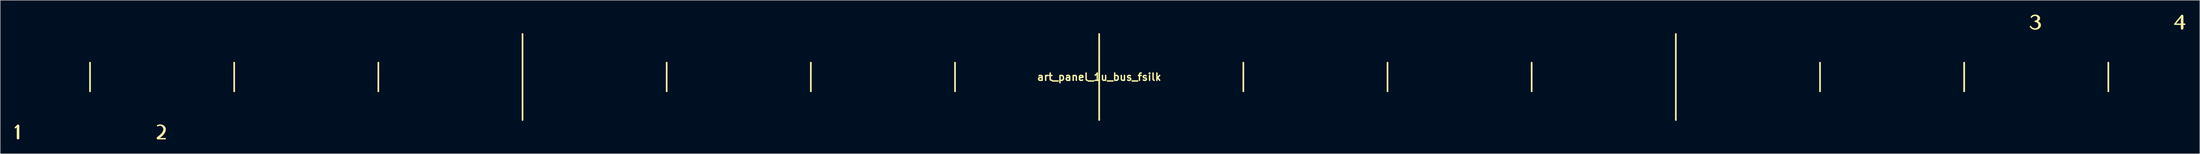
<source format=kicad_pcb>
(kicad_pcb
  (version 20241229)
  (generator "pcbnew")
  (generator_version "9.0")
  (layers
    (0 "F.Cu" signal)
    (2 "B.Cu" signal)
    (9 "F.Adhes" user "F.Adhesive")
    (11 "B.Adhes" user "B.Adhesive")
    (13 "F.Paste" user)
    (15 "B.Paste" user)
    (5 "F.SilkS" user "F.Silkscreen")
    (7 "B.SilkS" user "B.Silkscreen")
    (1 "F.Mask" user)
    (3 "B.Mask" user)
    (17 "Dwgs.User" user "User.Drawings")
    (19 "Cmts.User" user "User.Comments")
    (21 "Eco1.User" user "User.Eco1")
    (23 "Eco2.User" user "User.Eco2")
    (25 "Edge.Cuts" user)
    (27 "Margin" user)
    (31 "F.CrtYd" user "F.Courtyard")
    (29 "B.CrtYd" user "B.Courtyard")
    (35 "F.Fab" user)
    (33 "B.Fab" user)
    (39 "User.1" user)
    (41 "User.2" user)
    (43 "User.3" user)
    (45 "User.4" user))
  (footprint "art_panel_1u_bus_fsilk"
    (layer "F.Cu")
    (at 225.684 13.075)
    (property "Reference" "art_panel_1u_bus_fsilk" (at 0 0 0) (layer "F.SilkS") (effects (font (size 1.524 1.524) (thickness 0.3))))
    (attr through_hole)
    (fp_poly (pts (xy 30.057 -3.166) (xy 30.108 -3.137) (xy 30.146 -3.097) (xy 30.168 -3.068) (xy 30.168 3.068) (xy 30.146 3.097) (xy 30.117 3.126) (xy 30.076 3.151) (xy 30.033 3.169) (xy 29.999 3.175) (xy 29.969 3.17) (xy 29.933 3.159) (xy 29.923 3.155) (xy 29.889 3.134) (xy 29.86 3.106) (xy 29.855 3.1) (xy 29.829 3.064) (xy 29.829 -3.068) (xy 29.851 -3.097) (xy 29.896 -3.142) (xy 29.947 -3.168) (xy 30.002 -3.176) (xy 30.057 -3.166)) (stroke (width 0.01) (type solid)) (fill yes) (layer "F.SilkS"))
    (fp_poly (pts (xy -149.954 -3.169) (xy -149.902 -3.146) (xy -149.861 -3.107) (xy -149.851 -3.09) (xy -149.828 -3.05) (xy -149.831 0.009) (xy -149.834 3.068) (xy -149.855 3.097) (xy -149.9 3.141) (xy -149.952 3.167) (xy -150.009 3.173) (xy -150.067 3.159) (xy -150.082 3.152) (xy -150.123 3.123) (xy -150.152 3.084) (xy -150.154 3.08) (xy -150.178 3.033) (xy -150.175 -0.017) (xy -150.172 -3.068) (xy -150.15 -3.097) (xy -150.111 -3.139) (xy -150.065 -3.163) (xy -150.015 -3.173) (xy -149.954 -3.169)) (stroke (width 0.01) (type solid)) (fill yes) (layer "F.SilkS"))
    (fp_poly (pts (xy 120.053 -9.166) (xy 120.094 -9.15) (xy 120.129 -9.12) (xy 120.147 -9.098) (xy 120.168 -9.068) (xy 120.168 9.065) (xy 120.143 9.1) (xy 120.109 9.134) (xy 120.063 9.16) (xy 120.014 9.174) (xy 119.999 9.176) (xy 119.97 9.171) (xy 119.934 9.159) (xy 119.92 9.152) (xy 119.887 9.131) (xy 119.859 9.107) (xy 119.852 9.098) (xy 119.83 9.068) (xy 119.83 -9.068) (xy 119.852 -9.098) (xy 119.887 -9.137) (xy 119.924 -9.16) (xy 119.97 -9.169) (xy 119.999 -9.17) (xy 120.053 -9.166)) (stroke (width 0.01) (type solid)) (fill yes) (layer "F.SilkS"))
    (fp_poly (pts (xy -209.988 -3.173) (xy -209.932 -3.161) (xy -209.887 -3.135) (xy -209.852 -3.097) (xy -209.83 -3.068) (xy -209.825 3.033) (xy -209.849 3.08) (xy -209.883 3.126) (xy -209.93 3.157) (xy -209.985 3.172) (xy -210.046 3.168) (xy -210.062 3.164) (xy -210.105 3.141) (xy -210.142 3.104) (xy -210.16 3.072) (xy -210.161 3.066) (xy -210.163 3.055) (xy -210.164 3.037) (xy -210.165 3.012) (xy -210.166 2.98) (xy -210.167 2.94) (xy -210.168 2.891) (xy -210.169 2.833) (xy -210.17 2.764) (xy -210.17 2.684) (xy -210.171 2.593) (xy -210.172 2.49) (xy -210.172 2.373) (xy -210.173 2.244) (xy -210.173 2.099) (xy -210.173 1.94) (xy -210.174 1.765) (xy -210.174 1.574) (xy -210.174 1.366) (xy -210.174 1.14) (xy -210.174 0.896) (xy -210.174 0.633) (xy -210.174 0.35) (xy -210.174 0.047) (xy -210.174 -3.05) (xy -210.152 -3.09) (xy -210.116 -3.135) (xy -210.067 -3.163) (xy -210.009 -3.173) (xy -209.988 -3.173)) (stroke (width 0.01) (type solid)) (fill yes) (layer "F.SilkS"))
    (fp_poly (pts (xy 210.012 -3.173) (xy 210.068 -3.161) (xy 210.112 -3.135) (xy 210.147 -3.097) (xy 210.169 -3.068) (xy 210.172 -0.017) (xy 210.175 3.033) (xy 210.151 3.08) (xy 210.116 3.126) (xy 210.07 3.157) (xy 210.014 3.172) (xy 209.954 3.168) (xy 209.938 3.164) (xy 209.894 3.141) (xy 209.858 3.104) (xy 209.84 3.072) (xy 209.838 3.066) (xy 209.837 3.055) (xy 209.836 3.037) (xy 209.834 3.012) (xy 209.833 2.98) (xy 209.832 2.94) (xy 209.831 2.891) (xy 209.831 2.833) (xy 209.83 2.764) (xy 209.829 2.684) (xy 209.828 2.593) (xy 209.828 2.49) (xy 209.827 2.373) (xy 209.827 2.244) (xy 209.827 2.099) (xy 209.826 1.94) (xy 209.826 1.765) (xy 209.826 1.574) (xy 209.826 1.366) (xy 209.825 1.14) (xy 209.825 0.896) (xy 209.825 0.633) (xy 209.825 0.35) (xy 209.825 0.047) (xy 209.825 -0.006) (xy 209.825 -3.05) (xy 209.848 -3.09) (xy 209.884 -3.135) (xy 209.933 -3.163) (xy 209.991 -3.173) (xy 210.012 -3.173)) (stroke (width 0.01) (type solid)) (fill yes) (layer "F.SilkS"))
    (fp_poly (pts (xy 180.05 -3.167) (xy 180.102 -3.145) (xy 180.141 -3.107) (xy 180.151 -3.09) (xy 180.153 -3.086) (xy 180.155 -3.081) (xy 180.156 -3.074) (xy 180.158 -3.064) (xy 180.159 -3.05) (xy 180.161 -3.033) (xy 180.162 -3.011) (xy 180.163 -2.983) (xy 180.164 -2.948) (xy 180.165 -2.907) (xy 180.166 -2.858) (xy 180.167 -2.801) (xy 180.167 -2.734) (xy 180.168 -2.657) (xy 180.168 -2.57) (xy 180.169 -2.471) (xy 180.169 -2.36) (xy 180.17 -2.237) (xy 180.17 -2.099) (xy 180.17 -1.948) (xy 180.17 -1.781) (xy 180.17 -1.599) (xy 180.17 -1.4) (xy 180.171 -1.184) (xy 180.171 -0.95) (xy 180.171 -0.697) (xy 180.171 -0.425) (xy 180.171 -0.133) (xy 180.171 3.055) (xy 180.147 3.09) (xy 180.104 3.137) (xy 180.053 3.165) (xy 179.998 3.173) (xy 179.939 3.162) (xy 179.917 3.152) (xy 179.876 3.123) (xy 179.847 3.084) (xy 179.845 3.08) (xy 179.821 3.033) (xy 179.821 -3.033) (xy 179.845 -3.08) (xy 179.875 -3.126) (xy 179.912 -3.155) (xy 179.96 -3.169) (xy 179.988 -3.172) (xy 180.05 -3.167)) (stroke (width 0.01) (type solid)) (fill yes) (layer "F.SilkS"))
    (fp_poly (pts (xy -119.982 -9.173) (xy -119.928 -9.161) (xy -119.886 -9.134) (xy -119.853 -9.09) (xy -119.848 -9.08) (xy -119.825 -9.034) (xy -119.825 9.034) (xy -119.848 9.081) (xy -119.883 9.127) (xy -119.929 9.158) (xy -119.985 9.173) (xy -120.045 9.169) (xy -120.061 9.165) (xy -120.102 9.143) (xy -120.139 9.108) (xy -120.159 9.078) (xy -120.16 9.074) (xy -120.161 9.066) (xy -120.161 9.053) (xy -120.162 9.034) (xy -120.163 9.009) (xy -120.164 8.978) (xy -120.164 8.941) (xy -120.165 8.897) (xy -120.166 8.845) (xy -120.166 8.785) (xy -120.167 8.718) (xy -120.167 8.642) (xy -120.168 8.556) (xy -120.168 8.462) (xy -120.169 8.358) (xy -120.169 8.243) (xy -120.17 8.118) (xy -120.17 7.982) (xy -120.17 7.835) (xy -120.171 7.676) (xy -120.171 7.505) (xy -120.171 7.321) (xy -120.172 7.125) (xy -120.172 6.915) (xy -120.172 6.691) (xy -120.172 6.453) (xy -120.172 6.201) (xy -120.173 5.934) (xy -120.173 5.652) (xy -120.173 5.353) (xy -120.173 5.039) (xy -120.173 4.708) (xy -120.173 4.361) (xy -120.173 3.996) (xy -120.173 3.613) (xy -120.174 3.212) (xy -120.174 2.793) (xy -120.174 2.355) (xy -120.174 1.898) (xy -120.174 1.421) (xy -120.174 0.924) (xy -120.174 0.406) (xy -120.174 -0.001) (xy -120.174 -9.051) (xy -120.151 -9.092) (xy -120.115 -9.135) (xy -120.067 -9.163) (xy -120.01 -9.174) (xy -119.982 -9.173)) (stroke (width 0.01) (type solid)) (fill yes) (layer "F.SilkS"))
    (fp_poly (pts (xy -224.923 9.963) (xy -224.893 9.973) (xy -224.855 9.992) (xy -224.854 9.992) (xy -224.81 10.018) (xy -224.78 10.044) (xy -224.755 10.078) (xy -224.753 10.08) (xy -224.721 10.132) (xy -224.721 12.897) (xy -224.753 12.949) (xy -224.798 13.005) (xy -224.854 13.043) (xy -224.922 13.063) (xy -224.956 13.066) (xy -224.998 13.067) (xy -225.034 13.065) (xy -225.055 13.061) (xy -225.124 13.029) (xy -225.178 12.982) (xy -225.219 12.92) (xy -225.223 12.912) (xy -225.226 12.904) (xy -225.229 12.895) (xy -225.232 12.885) (xy -225.234 12.872) (xy -225.236 12.854) (xy -225.238 12.831) (xy -225.24 12.801) (xy -225.241 12.763) (xy -225.242 12.716) (xy -225.243 12.659) (xy -225.243 12.59) (xy -225.244 12.509) (xy -225.244 12.413) (xy -225.244 12.302) (xy -225.245 12.175) (xy -225.245 12.03) (xy -225.245 11.866) (xy -225.245 11.701) (xy -225.245 10.537) (xy -225.354 10.644) (xy -225.406 10.694) (xy -225.448 10.729) (xy -225.483 10.751) (xy -225.515 10.762) (xy -225.546 10.762) (xy -225.58 10.755) (xy -225.588 10.752) (xy -225.63 10.727) (xy -225.661 10.688) (xy -225.678 10.641) (xy -225.679 10.59) (xy -225.664 10.543) (xy -225.652 10.527) (xy -225.626 10.498) (xy -225.59 10.46) (xy -225.544 10.413) (xy -225.493 10.36) (xy -225.436 10.304) (xy -225.378 10.246) (xy -225.32 10.189) (xy -225.264 10.135) (xy -225.212 10.086) (xy -225.167 10.045) (xy -225.131 10.012) (xy -225.106 9.991) (xy -225.097 9.985) (xy -225.066 9.974) (xy -225.025 9.965) (xy -224.991 9.962) (xy -224.952 9.96) (xy -224.923 9.963)) (stroke (width 0.01) (type solid)) (fill yes) (layer "F.SilkS"))
    (fp_poly (pts (xy -59.953 -3.169) (xy -59.902 -3.147) (xy -59.863 -3.109) (xy -59.849 -3.085) (xy -59.847 -3.081) (xy -59.845 -3.075) (xy -59.843 -3.069) (xy -59.841 -3.061) (xy -59.84 -3.049) (xy -59.838 -3.035) (xy -59.837 -3.016) (xy -59.836 -2.992) (xy -59.835 -2.962) (xy -59.834 -2.926) (xy -59.833 -2.883) (xy -59.832 -2.832) (xy -59.831 -2.772) (xy -59.831 -2.703) (xy -59.83 -2.624) (xy -59.83 -2.534) (xy -59.829 -2.432) (xy -59.829 -2.318) (xy -59.829 -2.191) (xy -59.828 -2.051) (xy -59.828 -1.896) (xy -59.828 -1.725) (xy -59.828 -1.539) (xy -59.828 -1.336) (xy -59.828 -1.116) (xy -59.828 -0.877) (xy -59.828 -0.62) (xy -59.828 -0.343) (xy -59.828 -0.046) (xy -59.828 -0.002) (xy -59.828 0.304) (xy -59.828 0.589) (xy -59.828 0.855) (xy -59.828 1.101) (xy -59.828 1.329) (xy -59.828 1.54) (xy -59.828 1.733) (xy -59.829 1.91) (xy -59.829 2.071) (xy -59.829 2.217) (xy -59.83 2.349) (xy -59.83 2.467) (xy -59.831 2.572) (xy -59.831 2.665) (xy -59.832 2.746) (xy -59.833 2.817) (xy -59.834 2.877) (xy -59.834 2.928) (xy -59.835 2.97) (xy -59.837 3.004) (xy -59.838 3.03) (xy -59.839 3.05) (xy -59.84 3.063) (xy -59.842 3.071) (xy -59.842 3.073) (xy -59.872 3.118) (xy -59.914 3.15) (xy -59.966 3.168) (xy -60.021 3.17) (xy -60.075 3.155) (xy -60.082 3.152) (xy -60.123 3.123) (xy -60.151 3.084) (xy -60.153 3.08) (xy -60.177 3.033) (xy -60.172 -3.068) (xy -60.15 -3.097) (xy -60.11 -3.139) (xy -60.064 -3.163) (xy -60.014 -3.173) (xy -59.953 -3.169)) (stroke (width 0.01) (type solid)) (fill yes) (layer "F.SilkS"))
    (fp_poly (pts (xy -179.952 -3.168) (xy -179.903 -3.147) (xy -179.862 -3.112) (xy -179.845 -3.087) (xy -179.843 -3.083) (xy -179.842 -3.077) (xy -179.84 -3.068) (xy -179.839 -3.056) (xy -179.837 -3.04) (xy -179.836 -3.02) (xy -179.835 -2.993) (xy -179.834 -2.961) (xy -179.833 -2.922) (xy -179.832 -2.875) (xy -179.831 -2.819) (xy -179.83 -2.755) (xy -179.83 -2.68) (xy -179.829 -2.596) (xy -179.829 -2.499) (xy -179.828 -2.391) (xy -179.828 -2.27) (xy -179.828 -2.136) (xy -179.827 -1.987) (xy -179.827 -1.824) (xy -179.827 -1.645) (xy -179.827 -1.449) (xy -179.827 -1.237) (xy -179.827 -1.006) (xy -179.827 -0.758) (xy -179.827 -0.489) (xy -179.827 -0.201) (xy -179.827 -0.005) (xy -179.827 3.043) (xy -179.849 3.085) (xy -179.88 3.124) (xy -179.925 3.155) (xy -179.975 3.172) (xy -180.001 3.175) (xy -180.035 3.17) (xy -180.073 3.157) (xy -180.086 3.151) (xy -180.123 3.125) (xy -180.149 3.093) (xy -180.151 3.09) (xy -180.153 3.086) (xy -180.155 3.081) (xy -180.156 3.074) (xy -180.158 3.064) (xy -180.159 3.05) (xy -180.161 3.033) (xy -180.162 3.011) (xy -180.163 2.983) (xy -180.164 2.949) (xy -180.165 2.908) (xy -180.166 2.859) (xy -180.167 2.801) (xy -180.167 2.735) (xy -180.168 2.658) (xy -180.168 2.571) (xy -180.169 2.473) (xy -180.169 2.362) (xy -180.17 2.238) (xy -180.17 2.101) (xy -180.17 1.95) (xy -180.17 1.784) (xy -180.17 1.602) (xy -180.17 1.403) (xy -180.171 1.187) (xy -180.171 0.954) (xy -180.171 0.701) (xy -180.171 0.429) (xy -180.171 0.138) (xy -180.171 -3.066) (xy -180.147 -3.101) (xy -180.108 -3.141) (xy -180.06 -3.165) (xy -180.006 -3.174) (xy -179.952 -3.168)) (stroke (width 0.01) (type solid)) (fill yes) (layer "F.SilkS"))
    (fp_poly (pts (xy -89.95 -3.168) (xy -89.899 -3.146) (xy -89.859 -3.106) (xy -89.855 -3.101) (xy -89.831 -3.066) (xy -89.831 -0.006) (xy -89.831 0.295) (xy -89.831 0.576) (xy -89.831 0.838) (xy -89.831 1.08) (xy -89.831 1.304) (xy -89.832 1.511) (xy -89.832 1.7) (xy -89.832 1.874) (xy -89.832 2.032) (xy -89.832 2.176) (xy -89.833 2.306) (xy -89.833 2.422) (xy -89.833 2.526) (xy -89.834 2.619) (xy -89.834 2.7) (xy -89.835 2.771) (xy -89.836 2.833) (xy -89.837 2.886) (xy -89.837 2.93) (xy -89.838 2.968) (xy -89.839 2.998) (xy -89.841 3.023) (xy -89.842 3.043) (xy -89.843 3.058) (xy -89.845 3.069) (xy -89.846 3.078) (xy -89.848 3.084) (xy -89.85 3.088) (xy -89.851 3.09) (xy -89.879 3.125) (xy -89.921 3.153) (xy -89.968 3.171) (xy -90 3.175) (xy -90.033 3.17) (xy -90.071 3.158) (xy -90.082 3.153) (xy -90.119 3.128) (xy -90.148 3.097) (xy -90.151 3.092) (xy -90.175 3.053) (xy -90.175 0) (xy -90.175 -0.302) (xy -90.175 -0.583) (xy -90.175 -0.844) (xy -90.175 -1.087) (xy -90.175 -1.311) (xy -90.175 -1.517) (xy -90.175 -1.707) (xy -90.175 -1.881) (xy -90.174 -2.039) (xy -90.174 -2.183) (xy -90.174 -2.312) (xy -90.173 -2.429) (xy -90.173 -2.533) (xy -90.173 -2.625) (xy -90.172 -2.707) (xy -90.171 -2.777) (xy -90.171 -2.839) (xy -90.17 -2.891) (xy -90.169 -2.936) (xy -90.168 -2.973) (xy -90.167 -3.003) (xy -90.166 -3.027) (xy -90.164 -3.046) (xy -90.163 -3.061) (xy -90.161 -3.071) (xy -90.16 -3.079) (xy -90.158 -3.084) (xy -90.157 -3.087) (xy -90.121 -3.132) (xy -90.072 -3.16) (xy -90.012 -3.172) (xy -89.95 -3.168)) (stroke (width 0.01) (type solid)) (fill yes) (layer "F.SilkS"))
    (fp_poly (pts (xy -29.99 -3.172) (xy -29.935 -3.163) (xy -29.894 -3.141) (xy -29.861 -3.103) (xy -29.848 -3.08) (xy -29.824 -3.033) (xy -29.824 3.033) (xy -29.848 3.08) (xy -29.882 3.126) (xy -29.929 3.157) (xy -29.984 3.172) (xy -30.044 3.168) (xy -30.061 3.164) (xy -30.091 3.15) (xy -30.117 3.131) (xy -30.123 3.126) (xy -30.128 3.122) (xy -30.133 3.119) (xy -30.137 3.115) (xy -30.141 3.11) (xy -30.145 3.104) (xy -30.148 3.094) (xy -30.152 3.081) (xy -30.154 3.064) (xy -30.157 3.043) (xy -30.159 3.015) (xy -30.162 2.982) (xy -30.163 2.942) (xy -30.165 2.894) (xy -30.167 2.837) (xy -30.168 2.772) (xy -30.169 2.696) (xy -30.17 2.61) (xy -30.171 2.513) (xy -30.171 2.403) (xy -30.172 2.281) (xy -30.172 2.146) (xy -30.173 1.996) (xy -30.173 1.831) (xy -30.173 1.651) (xy -30.173 1.455) (xy -30.173 1.241) (xy -30.173 1.009) (xy -30.173 0.759) (xy -30.173 0.49) (xy -30.173 0.201) (xy -30.173 -0.002) (xy -30.173 -0.303) (xy -30.173 -0.584) (xy -30.173 -0.845) (xy -30.173 -1.087) (xy -30.173 -1.31) (xy -30.173 -1.516) (xy -30.173 -1.706) (xy -30.173 -1.879) (xy -30.172 -2.037) (xy -30.172 -2.18) (xy -30.172 -2.31) (xy -30.171 -2.426) (xy -30.171 -2.53) (xy -30.171 -2.622) (xy -30.17 -2.703) (xy -30.169 -2.774) (xy -30.169 -2.835) (xy -30.168 -2.887) (xy -30.167 -2.932) (xy -30.166 -2.969) (xy -30.165 -3) (xy -30.164 -3.024) (xy -30.162 -3.044) (xy -30.161 -3.059) (xy -30.16 -3.07) (xy -30.158 -3.078) (xy -30.156 -3.084) (xy -30.154 -3.089) (xy -30.153 -3.09) (xy -30.119 -3.134) (xy -30.072 -3.162) (xy -30.013 -3.172) (xy -29.99 -3.172)) (stroke (width 0.01) (type solid)) (fill yes) (layer "F.SilkS"))
    (fp_poly (pts (xy 90.049 -3.167) (xy 90.101 -3.145) (xy 90.14 -3.107) (xy 90.15 -3.09) (xy 90.152 -3.086) (xy 90.154 -3.081) (xy 90.156 -3.074) (xy 90.157 -3.064) (xy 90.159 -3.05) (xy 90.16 -3.033) (xy 90.161 -3.011) (xy 90.162 -2.983) (xy 90.163 -2.948) (xy 90.164 -2.907) (xy 90.165 -2.858) (xy 90.166 -2.801) (xy 90.167 -2.734) (xy 90.167 -2.657) (xy 90.168 -2.57) (xy 90.168 -2.471) (xy 90.169 -2.36) (xy 90.169 -2.236) (xy 90.169 -2.099) (xy 90.169 -1.947) (xy 90.17 -1.781) (xy 90.17 -1.598) (xy 90.17 -1.399) (xy 90.17 -1.183) (xy 90.17 -0.949) (xy 90.17 -0.696) (xy 90.17 -0.424) (xy 90.17 -0.132) (xy 90.17 -0.002) (xy 90.17 3.05) (xy 90.147 3.092) (xy 90.114 3.13) (xy 90.068 3.159) (xy 90.016 3.174) (xy 90 3.175) (xy 89.967 3.17) (xy 89.93 3.158) (xy 89.916 3.151) (xy 89.878 3.125) (xy 89.849 3.093) (xy 89.847 3.09) (xy 89.845 3.087) (xy 89.843 3.082) (xy 89.842 3.077) (xy 89.84 3.069) (xy 89.838 3.059) (xy 89.837 3.045) (xy 89.835 3.027) (xy 89.834 3.004) (xy 89.833 2.975) (xy 89.832 2.94) (xy 89.831 2.898) (xy 89.83 2.848) (xy 89.83 2.79) (xy 89.829 2.722) (xy 89.828 2.644) (xy 89.828 2.556) (xy 89.827 2.456) (xy 89.827 2.343) (xy 89.826 2.218) (xy 89.826 2.079) (xy 89.826 1.926) (xy 89.825 1.757) (xy 89.825 1.573) (xy 89.825 1.372) (xy 89.824 1.154) (xy 89.824 0.918) (xy 89.824 0.663) (xy 89.824 0.388) (xy 89.823 0.093) (xy 89.823 0.01) (xy 89.821 -3.033) (xy 89.844 -3.079) (xy 89.875 -3.126) (xy 89.911 -3.155) (xy 89.96 -3.169) (xy 89.987 -3.172) (xy 90.049 -3.167)) (stroke (width 0.01) (type solid)) (fill yes) (layer "F.SilkS"))
    (fp_poly (pts (xy 150.015 -3.173) (xy 150.072 -3.161) (xy 150.116 -3.134) (xy 150.151 -3.09) (xy 150.151 -3.089) (xy 150.153 -3.085) (xy 150.155 -3.081) (xy 150.157 -3.075) (xy 150.159 -3.068) (xy 150.16 -3.057) (xy 150.162 -3.043) (xy 150.163 -3.025) (xy 150.164 -3.001) (xy 150.165 -2.972) (xy 150.166 -2.937) (xy 150.167 -2.894) (xy 150.168 -2.844) (xy 150.169 -2.785) (xy 150.169 -2.716) (xy 150.17 -2.638) (xy 150.17 -2.548) (xy 150.171 -2.448) (xy 150.171 -2.334) (xy 150.171 -2.208) (xy 150.172 -2.068) (xy 150.172 -1.914) (xy 150.172 -1.745) (xy 150.172 -1.559) (xy 150.172 -1.357) (xy 150.172 -1.138) (xy 150.172 -0.9) (xy 150.172 -0.644) (xy 150.172 -0.368) (xy 150.172 -0.072) (xy 150.172 3.053) (xy 150.148 3.092) (xy 150.115 3.129) (xy 150.069 3.157) (xy 150.018 3.173) (xy 149.997 3.175) (xy 149.964 3.17) (xy 149.927 3.158) (xy 149.918 3.154) (xy 149.886 3.133) (xy 149.86 3.109) (xy 149.855 3.103) (xy 149.853 3.1) (xy 149.851 3.097) (xy 149.849 3.092) (xy 149.847 3.084) (xy 149.846 3.074) (xy 149.844 3.061) (xy 149.843 3.043) (xy 149.842 3.02) (xy 149.841 2.992) (xy 149.84 2.957) (xy 149.839 2.914) (xy 149.838 2.864) (xy 149.837 2.806) (xy 149.836 2.738) (xy 149.836 2.659) (xy 149.835 2.57) (xy 149.835 2.47) (xy 149.834 2.357) (xy 149.834 2.232) (xy 149.833 2.092) (xy 149.833 1.938) (xy 149.833 1.769) (xy 149.832 1.585) (xy 149.832 1.383) (xy 149.832 1.164) (xy 149.832 0.928) (xy 149.831 0.672) (xy 149.831 0.397) (xy 149.831 0.102) (xy 149.831 0.006) (xy 149.828 -3.063) (xy 149.854 -3.101) (xy 149.893 -3.143) (xy 149.944 -3.167) (xy 150.005 -3.173) (xy 150.015 -3.173)) (stroke (width 0.01) (type solid)) (fill yes) (layer "F.SilkS"))
    (fp_poly (pts (xy 0.076 -9.158) (xy 0.119 -9.131) (xy 0.15 -9.091) (xy 0.151 -9.089) (xy 0.152 -9.085) (xy 0.153 -9.08) (xy 0.154 -9.072) (xy 0.155 -9.063) (xy 0.156 -9.051) (xy 0.157 -9.035) (xy 0.158 -9.016) (xy 0.159 -8.992) (xy 0.159 -8.965) (xy 0.16 -8.932) (xy 0.161 -8.894) (xy 0.161 -8.851) (xy 0.162 -8.801) (xy 0.163 -8.745) (xy 0.163 -8.681) (xy 0.164 -8.611) (xy 0.164 -8.532) (xy 0.165 -8.445) (xy 0.165 -8.35) (xy 0.165 -8.245) (xy 0.166 -8.131) (xy 0.166 -8.008) (xy 0.167 -7.873) (xy 0.167 -7.728) (xy 0.167 -7.572) (xy 0.167 -7.405) (xy 0.168 -7.225) (xy 0.168 -7.033) (xy 0.168 -6.828) (xy 0.168 -6.61) (xy 0.168 -6.378) (xy 0.169 -6.132) (xy 0.169 -5.871) (xy 0.169 -5.596) (xy 0.169 -5.305) (xy 0.169 -4.998) (xy 0.169 -4.676) (xy 0.169 -4.336) (xy 0.169 -3.98) (xy 0.169 -3.606) (xy 0.169 -3.214) (xy 0.169 -2.804) (xy 0.169 -2.376) (xy 0.169 -1.928) (xy 0.169 -1.461) (xy 0.169 -0.973) (xy 0.169 -0.466) (xy 0.169 0.001) (xy 0.169 9.056) (xy 0.146 9.091) (xy 0.108 9.135) (xy 0.065 9.16) (xy 0.016 9.171) (xy -0.027 9.172) (xy -0.064 9.163) (xy -0.082 9.154) (xy -0.116 9.131) (xy -0.145 9.1) (xy -0.151 9.093) (xy -0.175 9.054) (xy -0.175 0) (xy -0.175 -0.527) (xy -0.175 -1.032) (xy -0.175 -1.518) (xy -0.175 -1.983) (xy -0.175 -2.429) (xy -0.175 -2.856) (xy -0.175 -3.265) (xy -0.174 -3.655) (xy -0.174 -4.027) (xy -0.174 -4.382) (xy -0.174 -4.72) (xy -0.174 -5.041) (xy -0.174 -5.346) (xy -0.174 -5.635) (xy -0.174 -5.909) (xy -0.174 -6.169) (xy -0.174 -6.413) (xy -0.173 -6.644) (xy -0.173 -6.861) (xy -0.173 -7.064) (xy -0.173 -7.255) (xy -0.173 -7.434) (xy -0.172 -7.6) (xy -0.172 -7.755) (xy -0.172 -7.899) (xy -0.171 -8.032) (xy -0.171 -8.155) (xy -0.171 -8.267) (xy -0.17 -8.371) (xy -0.17 -8.465) (xy -0.169 -8.551) (xy -0.169 -8.628) (xy -0.168 -8.698) (xy -0.168 -8.76) (xy -0.167 -8.815) (xy -0.166 -8.864) (xy -0.166 -8.906) (xy -0.165 -8.943) (xy -0.164 -8.974) (xy -0.164 -9.001) (xy -0.163 -9.023) (xy -0.162 -9.041) (xy -0.161 -9.056) (xy -0.16 -9.067) (xy -0.159 -9.075) (xy -0.158 -9.081) (xy -0.157 -9.085) (xy -0.156 -9.088) (xy -0.123 -9.129) (xy -0.078 -9.157) (xy -0.027 -9.171) (xy 0.025 -9.172) (xy 0.076 -9.158)) (stroke (width 0.01) (type solid)) (fill yes) (layer "F.SilkS"))
    (fp_poly (pts (xy -195.172 9.947) (xy -195.016 9.983) (xy -194.866 10.038) (xy -194.852 10.044) (xy -194.745 10.101) (xy -194.64 10.173) (xy -194.541 10.255) (xy -194.455 10.344) (xy -194.394 10.421) (xy -194.324 10.541) (xy -194.273 10.668) (xy -194.241 10.801) (xy -194.228 10.94) (xy -194.234 11.084) (xy -194.258 11.232) (xy -194.3 11.383) (xy -194.36 11.537) (xy -194.439 11.691) (xy -194.534 11.847) (xy -194.647 12.002) (xy -194.778 12.157) (xy -194.887 12.272) (xy -194.985 12.368) (xy -195.088 12.464) (xy -195.19 12.555) (xy -195.287 12.638) (xy -195.371 12.706) (xy -195.453 12.769) (xy -194.879 12.774) (xy -194.751 12.775) (xy -194.643 12.776) (xy -194.552 12.778) (xy -194.478 12.779) (xy -194.418 12.781) (xy -194.37 12.783) (xy -194.333 12.786) (xy -194.305 12.791) (xy -194.284 12.796) (xy -194.269 12.802) (xy -194.258 12.81) (xy -194.249 12.819) (xy -194.24 12.83) (xy -194.237 12.834) (xy -194.222 12.866) (xy -194.215 12.91) (xy -194.216 12.957) (xy -194.226 12.998) (xy -194.23 13.006) (xy -194.236 13.018) (xy -194.242 13.028) (xy -194.249 13.037) (xy -194.259 13.044) (xy -194.274 13.05) (xy -194.293 13.055) (xy -194.32 13.06) (xy -194.356 13.063) (xy -194.401 13.065) (xy -194.457 13.067) (xy -194.526 13.069) (xy -194.609 13.069) (xy -194.707 13.07) (xy -194.823 13.07) (xy -194.956 13.07) (xy -195.109 13.069) (xy -195.121 13.069) (xy -195.286 13.069) (xy -195.434 13.068) (xy -195.566 13.067) (xy -195.68 13.066) (xy -195.776 13.065) (xy -195.853 13.063) (xy -195.911 13.061) (xy -195.948 13.059) (xy -195.965 13.057) (xy -196.006 13.038) (xy -196.049 13.003) (xy -196.087 12.958) (xy -196.111 12.92) (xy -196.13 12.863) (xy -196.135 12.798) (xy -196.127 12.734) (xy -196.111 12.688) (xy -196.099 12.667) (xy -196.082 12.646) (xy -196.057 12.621) (xy -196.022 12.59) (xy -195.974 12.551) (xy -195.934 12.52) (xy -195.75 12.374) (xy -195.584 12.236) (xy -195.436 12.105) (xy -195.304 11.979) (xy -195.189 11.859) (xy -195.089 11.742) (xy -195.003 11.629) (xy -194.931 11.518) (xy -194.872 11.408) (xy -194.824 11.298) (xy -194.788 11.187) (xy -194.77 11.112) (xy -194.756 10.992) (xy -194.761 10.871) (xy -194.786 10.752) (xy -194.829 10.638) (xy -194.89 10.529) (xy -194.968 10.43) (xy -195.012 10.385) (xy -195.08 10.327) (xy -195.142 10.285) (xy -195.206 10.255) (xy -195.219 10.25) (xy -195.317 10.226) (xy -195.424 10.218) (xy -195.538 10.226) (xy -195.654 10.25) (xy -195.769 10.288) (xy -195.829 10.315) (xy -195.881 10.337) (xy -195.921 10.348) (xy -195.957 10.348) (xy -195.994 10.337) (xy -195.998 10.335) (xy -196.038 10.308) (xy -196.065 10.265) (xy -196.077 10.21) (xy -196.077 10.196) (xy -196.074 10.155) (xy -196.06 10.122) (xy -196.034 10.094) (xy -195.993 10.067) (xy -195.946 10.043) (xy -195.801 9.987) (xy -195.648 9.949) (xy -195.491 9.93) (xy -195.331 9.929) (xy -195.172 9.947)) (stroke (width 0.01) (type solid)) (fill yes) (layer "F.SilkS"))
    (fp_poly (pts (xy 60.01 -3.172) (xy 60.067 -3.162) (xy 60.11 -3.139) (xy 60.144 -3.099) (xy 60.15 -3.089) (xy 60.152 -3.085) (xy 60.154 -3.081) (xy 60.156 -3.075) (xy 60.158 -3.068) (xy 60.159 -3.057) (xy 60.161 -3.043) (xy 60.162 -3.025) (xy 60.163 -3.001) (xy 60.164 -2.972) (xy 60.165 -2.937) (xy 60.166 -2.894) (xy 60.167 -2.844) (xy 60.168 -2.785) (xy 60.168 -2.716) (xy 60.169 -2.638) (xy 60.17 -2.548) (xy 60.17 -2.448) (xy 60.17 -2.334) (xy 60.171 -2.208) (xy 60.171 -2.068) (xy 60.171 -1.914) (xy 60.171 -1.745) (xy 60.171 -1.559) (xy 60.171 -1.357) (xy 60.171 -1.138) (xy 60.172 -0.9) (xy 60.172 -0.644) (xy 60.172 -0.368) (xy 60.172 -0.072) (xy 60.172 0) (xy 60.172 0.301) (xy 60.172 0.581) (xy 60.172 0.842) (xy 60.171 1.084) (xy 60.171 1.307) (xy 60.171 1.513) (xy 60.171 1.703) (xy 60.171 1.876) (xy 60.171 2.033) (xy 60.171 2.177) (xy 60.17 2.306) (xy 60.17 2.422) (xy 60.17 2.526) (xy 60.169 2.618) (xy 60.169 2.699) (xy 60.168 2.77) (xy 60.167 2.831) (xy 60.167 2.883) (xy 60.166 2.928) (xy 60.165 2.965) (xy 60.164 2.995) (xy 60.162 3.02) (xy 60.161 3.039) (xy 60.16 3.055) (xy 60.158 3.066) (xy 60.157 3.074) (xy 60.155 3.08) (xy 60.153 3.085) (xy 60.151 3.089) (xy 60.15 3.09) (xy 60.115 3.131) (xy 60.067 3.158) (xy 60.012 3.171) (xy 59.954 3.168) (xy 59.94 3.164) (xy 59.91 3.15) (xy 59.883 3.131) (xy 59.878 3.126) (xy 59.873 3.122) (xy 59.868 3.119) (xy 59.864 3.115) (xy 59.86 3.11) (xy 59.856 3.104) (xy 59.852 3.094) (xy 59.849 3.081) (xy 59.846 3.064) (xy 59.844 3.043) (xy 59.841 3.015) (xy 59.839 2.982) (xy 59.837 2.942) (xy 59.836 2.894) (xy 59.834 2.837) (xy 59.833 2.772) (xy 59.832 2.696) (xy 59.831 2.61) (xy 59.83 2.513) (xy 59.829 2.403) (xy 59.829 2.281) (xy 59.828 2.146) (xy 59.828 1.996) (xy 59.828 1.831) (xy 59.828 1.651) (xy 59.828 1.455) (xy 59.828 1.241) (xy 59.828 1.009) (xy 59.828 0.759) (xy 59.828 0.49) (xy 59.828 0.201) (xy 59.828 -0.002) (xy 59.828 -0.303) (xy 59.828 -0.584) (xy 59.828 -0.845) (xy 59.828 -1.087) (xy 59.828 -1.31) (xy 59.828 -1.516) (xy 59.828 -1.706) (xy 59.828 -1.879) (xy 59.828 -2.037) (xy 59.829 -2.18) (xy 59.829 -2.31) (xy 59.829 -2.426) (xy 59.83 -2.53) (xy 59.83 -2.622) (xy 59.831 -2.703) (xy 59.831 -2.774) (xy 59.832 -2.835) (xy 59.833 -2.887) (xy 59.834 -2.932) (xy 59.835 -2.969) (xy 59.836 -3) (xy 59.837 -3.024) (xy 59.838 -3.044) (xy 59.84 -3.059) (xy 59.841 -3.07) (xy 59.843 -3.078) (xy 59.844 -3.084) (xy 59.846 -3.089) (xy 59.847 -3.09) (xy 59.882 -3.134) (xy 59.929 -3.162) (xy 59.988 -3.172) (xy 60.01 -3.172)) (stroke (width 0.01) (type solid)) (fill yes) (layer "F.SilkS"))
    (fp_poly (pts (xy 225.435 -13.029) (xy 225.499 -13) (xy 225.552 -12.953) (xy 225.595 -12.889) (xy 225.602 -12.874) (xy 225.605 -12.865) (xy 225.608 -12.854) (xy 225.611 -12.839) (xy 225.613 -12.819) (xy 225.615 -12.793) (xy 225.617 -12.759) (xy 225.618 -12.715) (xy 225.62 -12.66) (xy 225.62 -12.593) (xy 225.621 -12.511) (xy 225.622 -12.415) (xy 225.623 -12.302) (xy 225.623 -12.171) (xy 225.624 -12.02) (xy 225.624 -12.015) (xy 225.627 -11.197) (xy 225.812 -11.197) (xy 225.878 -11.197) (xy 225.927 -11.196) (xy 225.96 -11.195) (xy 225.98 -11.193) (xy 225.991 -11.189) (xy 225.996 -11.183) (xy 225.996 -11.178) (xy 226.001 -11.155) (xy 226.012 -11.126) (xy 226.014 -11.124) (xy 226.022 -11.1) (xy 226.026 -11.072) (xy 226.025 -11.032) (xy 226.023 -11.009) (xy 226.018 -10.969) (xy 226.011 -10.938) (xy 226.005 -10.921) (xy 226.003 -10.92) (xy 225.989 -10.917) (xy 225.958 -10.915) (xy 225.912 -10.913) (xy 225.857 -10.912) (xy 225.809 -10.912) (xy 225.627 -10.911) (xy 225.624 -10.522) (xy 225.623 -10.421) (xy 225.622 -10.338) (xy 225.621 -10.272) (xy 225.62 -10.221) (xy 225.618 -10.181) (xy 225.616 -10.151) (xy 225.613 -10.129) (xy 225.609 -10.112) (xy 225.604 -10.098) (xy 225.599 -10.086) (xy 225.562 -10.029) (xy 225.51 -9.982) (xy 225.45 -9.949) (xy 225.434 -9.944) (xy 225.377 -9.931) (xy 225.327 -9.93) (xy 225.274 -9.941) (xy 225.269 -9.943) (xy 225.203 -9.974) (xy 225.149 -10.023) (xy 225.121 -10.062) (xy 225.092 -10.112) (xy 225.089 -10.512) (xy 225.085 -10.911) (xy 224.422 -10.914) (xy 224.284 -10.914) (xy 224.166 -10.915) (xy 224.066 -10.916) (xy 223.982 -10.916) (xy 223.913 -10.918) (xy 223.857 -10.92) (xy 223.813 -10.922) (xy 223.779 -10.925) (xy 223.753 -10.93) (xy 223.734 -10.935) (xy 223.72 -10.942) (xy 223.71 -10.95) (xy 223.702 -10.96) (xy 223.695 -10.972) (xy 223.688 -10.982) (xy 223.674 -11.018) (xy 223.669 -11.061) (xy 223.674 -11.1) (xy 223.679 -11.113) (xy 223.688 -11.126) (xy 223.709 -11.154) (xy 223.742 -11.196) (xy 223.749 -11.204) (xy 224.134 -11.204) (xy 224.144 -11.203) (xy 224.173 -11.201) (xy 224.22 -11.2) (xy 224.281 -11.199) (xy 224.354 -11.198) (xy 224.439 -11.198) (xy 224.532 -11.197) (xy 224.61 -11.197) (xy 225.086 -11.197) (xy 225.086 -12.395) (xy 224.635 -11.836) (xy 224.542 -11.72) (xy 224.461 -11.619) (xy 224.391 -11.533) (xy 224.332 -11.46) (xy 224.283 -11.399) (xy 224.243 -11.349) (xy 224.21 -11.308) (xy 224.185 -11.276) (xy 224.166 -11.252) (xy 224.153 -11.234) (xy 224.143 -11.222) (xy 224.138 -11.214) (xy 224.135 -11.209) (xy 224.134 -11.206) (xy 224.134 -11.204) (xy 223.749 -11.204) (xy 223.785 -11.25) (xy 223.837 -11.316) (xy 223.897 -11.391) (xy 223.964 -11.475) (xy 224.037 -11.567) (xy 224.115 -11.664) (xy 224.197 -11.766) (xy 224.281 -11.871) (xy 224.368 -11.979) (xy 224.455 -12.087) (xy 224.541 -12.194) (xy 224.627 -12.3) (xy 224.71 -12.403) (xy 224.789 -12.5) (xy 224.863 -12.593) (xy 224.933 -12.678) (xy 224.995 -12.754) (xy 225.05 -12.821) (xy 225.095 -12.877) (xy 225.131 -12.92) (xy 225.156 -12.95) (xy 225.17 -12.965) (xy 225.17 -12.965) (xy 225.221 -13.005) (xy 225.276 -13.029) (xy 225.341 -13.038) (xy 225.363 -13.039) (xy 225.435 -13.029)) (stroke (width 0.01) (type solid)) (fill yes) (layer "F.SilkS"))
    (fp_poly (pts (xy 194.828 -13.069) (xy 194.926 -13.063) (xy 195.017 -13.053) (xy 195.094 -13.038) (xy 195.104 -13.036) (xy 195.244 -12.99) (xy 195.371 -12.932) (xy 195.483 -12.861) (xy 195.58 -12.778) (xy 195.66 -12.685) (xy 195.723 -12.583) (xy 195.763 -12.483) (xy 195.781 -12.399) (xy 195.788 -12.305) (xy 195.782 -12.21) (xy 195.765 -12.121) (xy 195.756 -12.093) (xy 195.707 -11.984) (xy 195.64 -11.883) (xy 195.554 -11.792) (xy 195.477 -11.729) (xy 195.445 -11.707) (xy 195.422 -11.689) (xy 195.411 -11.68) (xy 195.411 -11.679) (xy 195.419 -11.673) (xy 195.442 -11.659) (xy 195.475 -11.639) (xy 195.493 -11.628) (xy 195.605 -11.552) (xy 195.706 -11.464) (xy 195.793 -11.365) (xy 195.864 -11.259) (xy 195.918 -11.148) (xy 195.945 -11.065) (xy 195.964 -10.956) (xy 195.969 -10.84) (xy 195.959 -10.725) (xy 195.935 -10.618) (xy 195.925 -10.587) (xy 195.875 -10.478) (xy 195.808 -10.372) (xy 195.727 -10.271) (xy 195.634 -10.182) (xy 195.593 -10.148) (xy 195.498 -10.086) (xy 195.388 -10.029) (xy 195.268 -9.978) (xy 195.144 -9.938) (xy 195.077 -9.922) (xy 195.035 -9.915) (xy 194.976 -9.909) (xy 194.907 -9.904) (xy 194.832 -9.901) (xy 194.756 -9.9) (xy 194.685 -9.9) (xy 194.624 -9.902) (xy 194.577 -9.906) (xy 194.576 -9.906) (xy 194.437 -9.934) (xy 194.3 -9.976) (xy 194.17 -10.032) (xy 194.049 -10.1) (xy 193.939 -10.177) (xy 193.846 -10.263) (xy 193.802 -10.314) (xy 193.74 -10.397) (xy 193.697 -10.47) (xy 193.672 -10.532) (xy 193.664 -10.578) (xy 193.672 -10.636) (xy 193.695 -10.68) (xy 193.733 -10.708) (xy 193.786 -10.722) (xy 193.807 -10.723) (xy 193.854 -10.718) (xy 193.892 -10.7) (xy 193.927 -10.665) (xy 193.955 -10.62) (xy 194.018 -10.528) (xy 194.098 -10.443) (xy 194.193 -10.368) (xy 194.298 -10.306) (xy 194.35 -10.282) (xy 194.464 -10.242) (xy 194.583 -10.214) (xy 194.702 -10.199) (xy 194.814 -10.198) (xy 194.888 -10.206) (xy 194.995 -10.235) (xy 195.096 -10.283) (xy 195.189 -10.346) (xy 195.271 -10.424) (xy 195.339 -10.513) (xy 195.39 -10.611) (xy 195.4 -10.638) (xy 195.416 -10.7) (xy 195.426 -10.775) (xy 195.431 -10.855) (xy 195.429 -10.933) (xy 195.42 -11.001) (xy 195.416 -11.017) (xy 195.377 -11.128) (xy 195.32 -11.229) (xy 195.246 -11.318) (xy 195.157 -11.394) (xy 195.055 -11.455) (xy 194.972 -11.49) (xy 194.942 -11.498) (xy 194.898 -11.506) (xy 194.849 -11.512) (xy 194.829 -11.515) (xy 194.769 -11.522) (xy 194.726 -11.533) (xy 194.695 -11.55) (xy 194.672 -11.574) (xy 194.656 -11.6) (xy 194.643 -11.642) (xy 194.643 -11.692) (xy 194.653 -11.74) (xy 194.665 -11.766) (xy 194.695 -11.794) (xy 194.74 -11.813) (xy 194.794 -11.821) (xy 194.801 -11.822) (xy 194.883 -11.832) (xy 194.965 -11.861) (xy 195.042 -11.906) (xy 195.111 -11.965) (xy 195.168 -12.036) (xy 195.201 -12.094) (xy 195.235 -12.187) (xy 195.248 -12.281) (xy 195.243 -12.374) (xy 195.221 -12.462) (xy 195.183 -12.545) (xy 195.13 -12.62) (xy 195.064 -12.683) (xy 194.985 -12.733) (xy 194.894 -12.767) (xy 194.866 -12.774) (xy 194.786 -12.783) (xy 194.695 -12.779) (xy 194.598 -12.764) (xy 194.501 -12.738) (xy 194.408 -12.703) (xy 194.376 -12.688) (xy 194.312 -12.651) (xy 194.249 -12.605) (xy 194.192 -12.555) (xy 194.147 -12.505) (xy 194.124 -12.473) (xy 194.096 -12.43) (xy 194.069 -12.404) (xy 194.036 -12.39) (xy 194.01 -12.385) (xy 193.95 -12.386) (xy 193.902 -12.404) (xy 193.868 -12.436) (xy 193.848 -12.484) (xy 193.844 -12.524) (xy 193.852 -12.576) (xy 193.876 -12.632) (xy 193.918 -12.692) (xy 193.977 -12.759) (xy 193.997 -12.779) (xy 194.101 -12.867) (xy 194.219 -12.941) (xy 194.35 -13) (xy 194.49 -13.042) (xy 194.557 -13.056) (xy 194.637 -13.065) (xy 194.729 -13.07) (xy 194.828 -13.069)) (stroke (width 0.01) (type solid)) (fill yes) (layer "F.SilkS")))
  (gr_rect
    (start -3 -3)
    (end 454.715 29.149)
    (stroke (width 0.1) (type default))
    (fill no)
    (layer "Edge.Cuts")))
</source>
